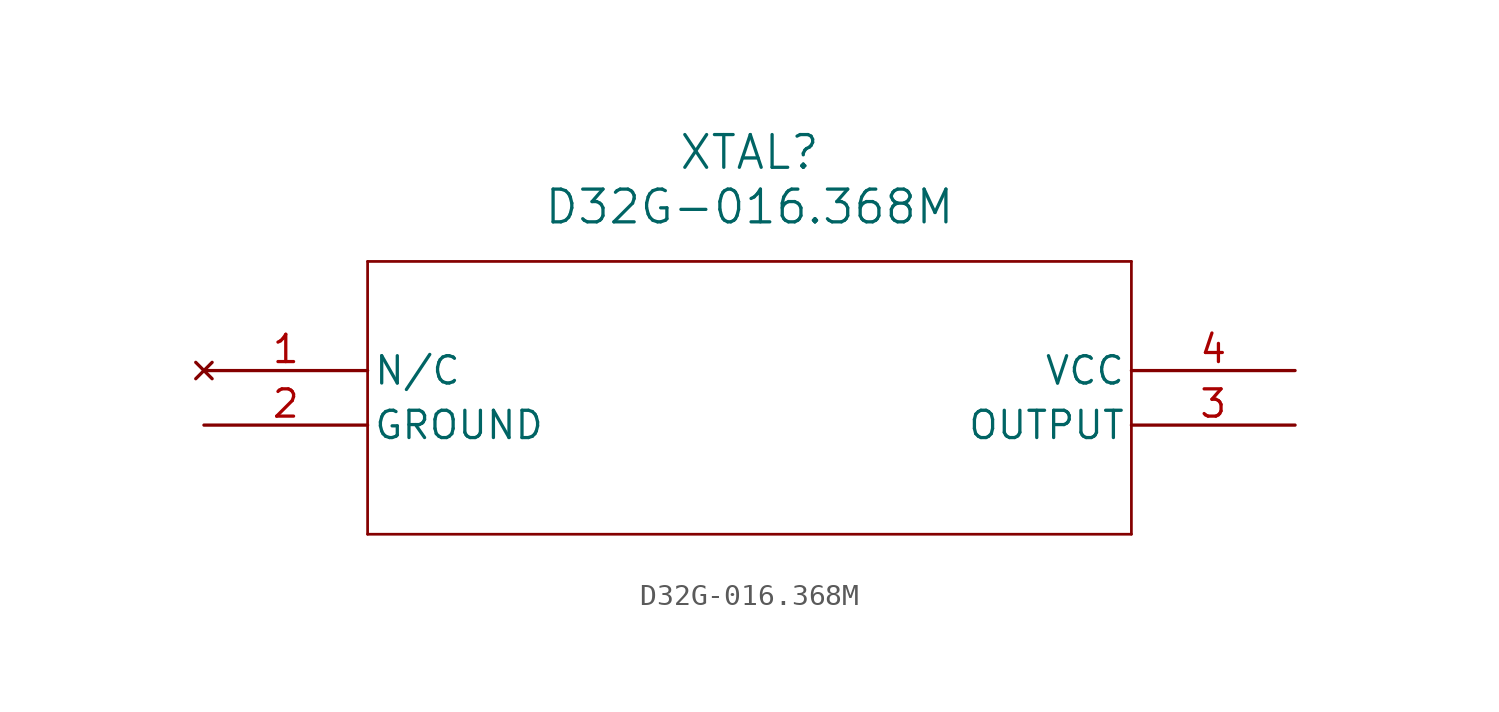
<source format=kicad_sym>
(kicad_symbol_lib
  (version 20211014)
  (generator kicad_symbol_editor)
  (symbol "D32G-016.368M"
    (pin_names
      (offset 0.254))
    (property "Reference" "XTAL"
      (at 25.4 10.16 0)
      (effects (font (size 1.524 1.524))))
    (property "Value" "D32G-016.368M"
      (at 25.4 7.62 0)
      (effects (font (size 1.524 1.524))))
    (symbol "D32G-016.368M_0_1"
      (polyline (pts (xy 7.62 5.08) (xy 7.62 -7.62)) (stroke (width 0.127) (type default) (color 0 0 0 0)) (fill (type none)))
      (polyline (pts (xy 7.62 -7.62) (xy 43.18 -7.62)) (stroke (width 0.127) (type default) (color 0 0 0 0)) (fill (type none)))
      (polyline (pts (xy 43.18 -7.62) (xy 43.18 5.08)) (stroke (width 0.127) (type default) (color 0 0 0 0)) (fill (type none)))
      (polyline (pts (xy 43.18 5.08) (xy 7.62 5.08)) (stroke (width 0.127) (type default) (color 0 0 0 0)) (fill (type none)))
      (pin no_connect line (at 0 0 0) (length 7.62) (name "N/C" (effects (font (size 1.27 1.27)))) (number "1" (effects (font (size 1.27 1.27)))))
      (pin power_out line (at 0 -2.54 0) (length 7.62) (name "GROUND" (effects (font (size 1.27 1.27)))) (number "2" (effects (font (size 1.27 1.27)))))
      (pin output line (at 50.8 -2.54 180) (length 7.62) (name "OUTPUT" (effects (font (size 1.27 1.27)))) (number "3" (effects (font (size 1.27 1.27)))))
      (pin power_in line (at 50.8 0 180) (length 7.62) (name "VCC" (effects (font (size 1.27 1.27)))) (number "4" (effects (font (size 1.27 1.27))))))))
</source>
